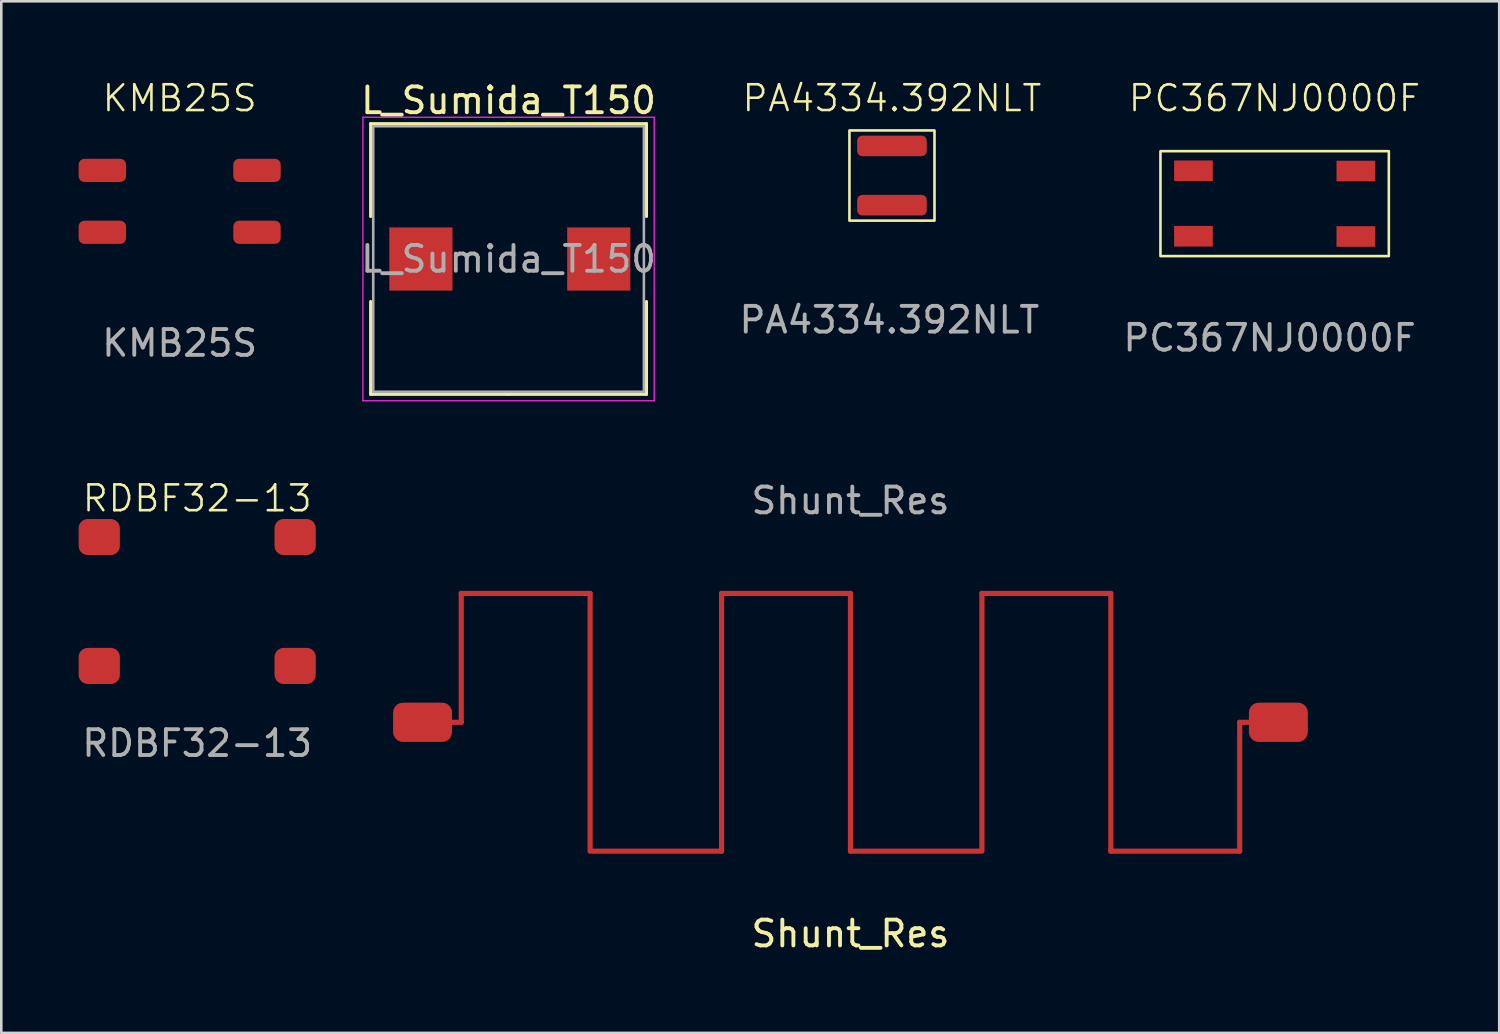
<source format=kicad_pcb>
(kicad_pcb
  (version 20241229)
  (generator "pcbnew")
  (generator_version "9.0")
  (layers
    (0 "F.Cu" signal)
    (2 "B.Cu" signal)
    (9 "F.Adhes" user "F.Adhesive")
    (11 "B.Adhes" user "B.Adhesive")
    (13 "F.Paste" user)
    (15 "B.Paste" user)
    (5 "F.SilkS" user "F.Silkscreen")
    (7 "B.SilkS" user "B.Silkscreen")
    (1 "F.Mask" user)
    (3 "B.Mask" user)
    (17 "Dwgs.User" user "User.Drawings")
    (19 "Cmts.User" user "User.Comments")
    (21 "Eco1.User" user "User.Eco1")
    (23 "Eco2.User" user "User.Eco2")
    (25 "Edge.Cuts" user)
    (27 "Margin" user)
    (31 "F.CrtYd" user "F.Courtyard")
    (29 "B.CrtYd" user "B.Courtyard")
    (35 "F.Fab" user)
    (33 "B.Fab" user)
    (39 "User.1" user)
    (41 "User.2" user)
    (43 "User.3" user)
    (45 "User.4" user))
  (footprint "L_Sumida_T150"
    (layer "F.Cu")
    (at 16.679 6.998)
    (property "Reference" "L_Sumida_T150" (at 0 -6.15 0) (layer "F.SilkS") (effects (font (size 1 1) (thickness 0.15))))
    (attr smd)
    (fp_line (start -5.35 -5.25) (end 0 -5.25) (stroke (width 0.12) (type solid)) (layer "F.SilkS"))
    (fp_line (start -5.35 -1.65) (end -5.35 -5.25) (stroke (width 0.12) (type solid)) (layer "F.SilkS"))
    (fp_line (start -5.35 1.65) (end -5.35 5.25) (stroke (width 0.12) (type solid)) (layer "F.SilkS"))
    (fp_line (start -5.35 5.25) (end 0 5.25) (stroke (width 0.12) (type solid)) (layer "F.SilkS"))
    (fp_line (start 5.35 -5.25) (end 0 -5.25) (stroke (width 0.12) (type solid)) (layer "F.SilkS"))
    (fp_line (start 5.35 -1.65) (end 5.35 -5.25) (stroke (width 0.12) (type solid)) (layer "F.SilkS"))
    (fp_line (start 5.35 1.65) (end 5.35 5.25) (stroke (width 0.12) (type solid)) (layer "F.SilkS"))
    (fp_line (start 5.35 5.25) (end 0 5.25) (stroke (width 0.12) (type solid)) (layer "F.SilkS"))
    (fp_line (start -5.65 -5.5) (end -5.65 5.5) (stroke (width 0.05) (type solid)) (layer "F.CrtYd"))
    (fp_line (start -5.65 5.5) (end 5.65 5.5) (stroke (width 0.05) (type solid)) (layer "F.CrtYd"))
    (fp_line (start 5.65 -5.5) (end -5.65 -5.5) (stroke (width 0.05) (type solid)) (layer "F.CrtYd"))
    (fp_line (start 5.65 5.5) (end 5.65 -5.5) (stroke (width 0.05) (type solid)) (layer "F.CrtYd"))
    (fp_line (start -5.25 -5.15) (end -5.25 5.15) (stroke (width 0.1) (type solid)) (layer "F.Fab"))
    (fp_line (start -5.25 5.15) (end 5.25 5.15) (stroke (width 0.1) (type solid)) (layer "F.Fab"))
    (fp_line (start 5.25 -5.15) (end -5.25 -5.15) (stroke (width 0.1) (type solid)) (layer "F.Fab"))
    (fp_line (start 5.25 5.15) (end 5.25 -5.15) (stroke (width 0.1) (type solid)) (layer "F.Fab"))
    (fp_text user "${REFERENCE}" (at 0 0 0) (layer "F.Fab") (effects (font (size 1 1) (thickness 0.15))))
    (pad "1" smd rect (at -3.4 0) (size 2.45 2.45) (layers "F.Cu" "F.Mask" "F.Paste"))
    (pad "2" smd rect (at 3.5 0) (size 2.45 2.45) (layers "F.Cu" "F.Mask" "F.Paste")))
  (footprint "PC367NJ0000F"
    (layer "F.Cu")
    (at 46.404 4.71)
    (property "Reference" "PC367NJ0000F" (at -0.01 -3.95 0) (unlocked yes) (layer "F.SilkS") (effects (font (size 1 1) (thickness 0.1))))
    (attr smd)
    (fp_rect (start -4.435 -1.895) (end 4.425 2.175) (stroke (width 0.1) (type default)) (fill no) (layer "F.SilkS"))
    (fp_text user "${REFERENCE}" (at -0.2 5.35 0) (unlocked yes) (layer "F.Fab") (effects (font (size 1 1) (thickness 0.15))))
    (pad "1" smd rect (at -3.155 -1.135) (size 1.5 0.8) (layers "F.Cu" "F.Mask" "F.Paste"))
    (pad "2" smd rect (at -3.155 1.405) (size 1.5 0.8) (layers "F.Cu" "F.Mask" "F.Paste"))
    (pad "3" smd rect (at 3.145 -1.125) (size 1.5 0.8) (layers "F.Cu" "F.Mask" "F.Paste"))
    (pad "4" smd rect (at 3.145 1.415) (size 1.5 0.8) (layers "F.Cu" "F.Mask" "F.Paste")))
  (footprint "Shunt_Res"
    (layer "F.Cu")
    (at 29.943 24.971)
    (property "Reference" "Shunt_Res" (at 0 8.2 0) (unlocked yes) (layer "F.SilkS") (effects (font (size 1 1) (thickness 0.15))))
    (attr smd)
    (fp_line (start -15.1 -5) (end -10.1 -5) (stroke (width 0.2) (type solid)) (layer "F.Cu"))
    (fp_line (start -15.1 0) (end -16.419 0) (stroke (width 0.2) (type solid)) (layer "F.Cu"))
    (fp_line (start -15.1 0) (end -15.1 -5) (stroke (width 0.2) (type solid)) (layer "F.Cu"))
    (fp_line (start -10.1 -5) (end -10.1 5) (stroke (width 0.2) (type solid)) (layer "F.Cu"))
    (fp_line (start -10 5) (end -5 5) (stroke (width 0.2) (type solid)) (layer "F.Cu"))
    (fp_line (start -5 -5) (end -5 5) (stroke (width 0.2) (type solid)) (layer "F.Cu"))
    (fp_line (start -5 -5) (end 0 -5) (stroke (width 0.2) (type solid)) (layer "F.Cu"))
    (fp_line (start 0 -5) (end 0 5) (stroke (width 0.2) (type solid)) (layer "F.Cu"))
    (fp_line (start 0 5) (end 5 5) (stroke (width 0.2) (type solid)) (layer "F.Cu"))
    (fp_line (start 5.1 -5) (end 5.1 5) (stroke (width 0.2) (type solid)) (layer "F.Cu"))
    (fp_line (start 5.1 -5) (end 10.1 -5) (stroke (width 0.2) (type solid)) (layer "F.Cu"))
    (fp_line (start 10.1 -5) (end 10.1 5) (stroke (width 0.2) (type solid)) (layer "F.Cu"))
    (fp_line (start 10.1 5) (end 15.1 5) (stroke (width 0.2) (type solid)) (layer "F.Cu"))
    (fp_line (start 15.1 0) (end 16.6 0) (stroke (width 0.2) (type solid)) (layer "F.Cu"))
    (fp_line (start 15.1 5) (end 15.1 0) (stroke (width 0.2) (type solid)) (layer "F.Cu"))
    (fp_text user "${REFERENCE}" (at 0 -8.6 0) (unlocked yes) (layer "F.Fab") (effects (font (size 1 1) (thickness 0.15))))
    (pad "1" smd roundrect (at -16.6 0) (size 2.286 1.524) (layers "F.Cu" "F.Mask" "F.Paste") (roundrect_rratio 0.25))
    (pad "2" smd roundrect (at 16.6 0) (size 2.286 1.524) (layers "F.Cu" "F.Mask" "F.Paste") (roundrect_rratio 0.25)))
  (footprint "KMB25S"
    (layer "F.Cu")
    (at 3.92 4.761)
    (property "Reference" "KMB25S" (at 0 -4 0) (unlocked yes) (layer "F.SilkS") (effects (font (size 1 1) (thickness 0.1))))
    (attr smd)
    (fp_text user "${REFERENCE}" (at 0 5.5 0) (unlocked yes) (layer "F.Fab") (effects (font (size 1 1) (thickness 0.15))))
    (pad "1" smd roundrect (at -3 -1.2) (size 1.84 0.9) (layers "F.Cu" "F.Mask" "F.Paste") (roundrect_rratio 0.25))
    (pad "2" smd roundrect (at -3 1.2) (size 1.84 0.9) (layers "F.Cu" "F.Mask" "F.Paste") (roundrect_rratio 0.25))
    (pad "3" smd roundrect (at 3 -1.2) (size 1.84 0.9) (layers "F.Cu" "F.Mask" "F.Paste") (roundrect_rratio 0.25))
    (pad "4" smd roundrect (at 3 1.2) (size 1.84 0.9) (layers "F.Cu" "F.Mask" "F.Paste") (roundrect_rratio 0.25)))
  (footprint "PA4334.392NLT"
    (layer "F.Cu")
    (at 31.553 3.76)
    (property "Reference" "PA4334.392NLT" (at 0 -3 0) (unlocked yes) (layer "F.SilkS") (effects (font (size 1 1) (thickness 0.1))))
    (attr smd)
    (fp_rect (start -1.65 -1.75) (end 1.65 1.75) (stroke (width 0.1) (type default)) (fill no) (layer "F.SilkS"))
    (fp_text user "${REFERENCE}" (at -0.1 5.6 0) (unlocked yes) (layer "F.Fab") (effects (font (size 1 1) (thickness 0.15))))
    (pad "1" smd roundrect (at 0 -1.15) (size 2.7 0.8) (layers "F.Cu" "F.Mask" "F.Paste") (roundrect_rratio 0.25))
    (pad "2" smd roundrect (at 0 1.15) (size 2.7 0.8) (layers "F.Cu" "F.Mask" "F.Paste") (roundrect_rratio 0.25)))
  (footprint "RDBF32-13"
    (layer "F.Cu")
    (at 4.6 20.284)
    (property "Reference" "RDBF32-13" (at 0 -4 0) (unlocked yes) (layer "F.SilkS") (effects (font (size 1 1) (thickness 0.1))))
    (attr smd)
    (fp_text user "${REFERENCE}" (at 0 5.5 0) (unlocked yes) (layer "F.Fab") (effects (font (size 1 1) (thickness 0.15))))
    (pad "1" smd roundrect (at -3.8 -2.5) (size 1.6 1.4) (layers "F.Cu" "F.Mask" "F.Paste") (roundrect_rratio 0.25))
    (pad "2" smd roundrect (at -3.8 2.5) (size 1.6 1.4) (layers "F.Cu" "F.Mask" "F.Paste") (roundrect_rratio 0.25))
    (pad "3" smd roundrect (at 3.8 -2.5) (size 1.6 1.4) (layers "F.Cu" "F.Mask" "F.Paste") (roundrect_rratio 0.25))
    (pad "4" smd roundrect (at 3.8 2.5) (size 1.6 1.4) (layers "F.Cu" "F.Mask" "F.Paste") (roundrect_rratio 0.25)))
  (gr_rect
    (start -3 -3)
    (end 55.111 37.02)
    (stroke (width 0.1) (type default))
    (fill no)
    (layer "Edge.Cuts")))
</source>
